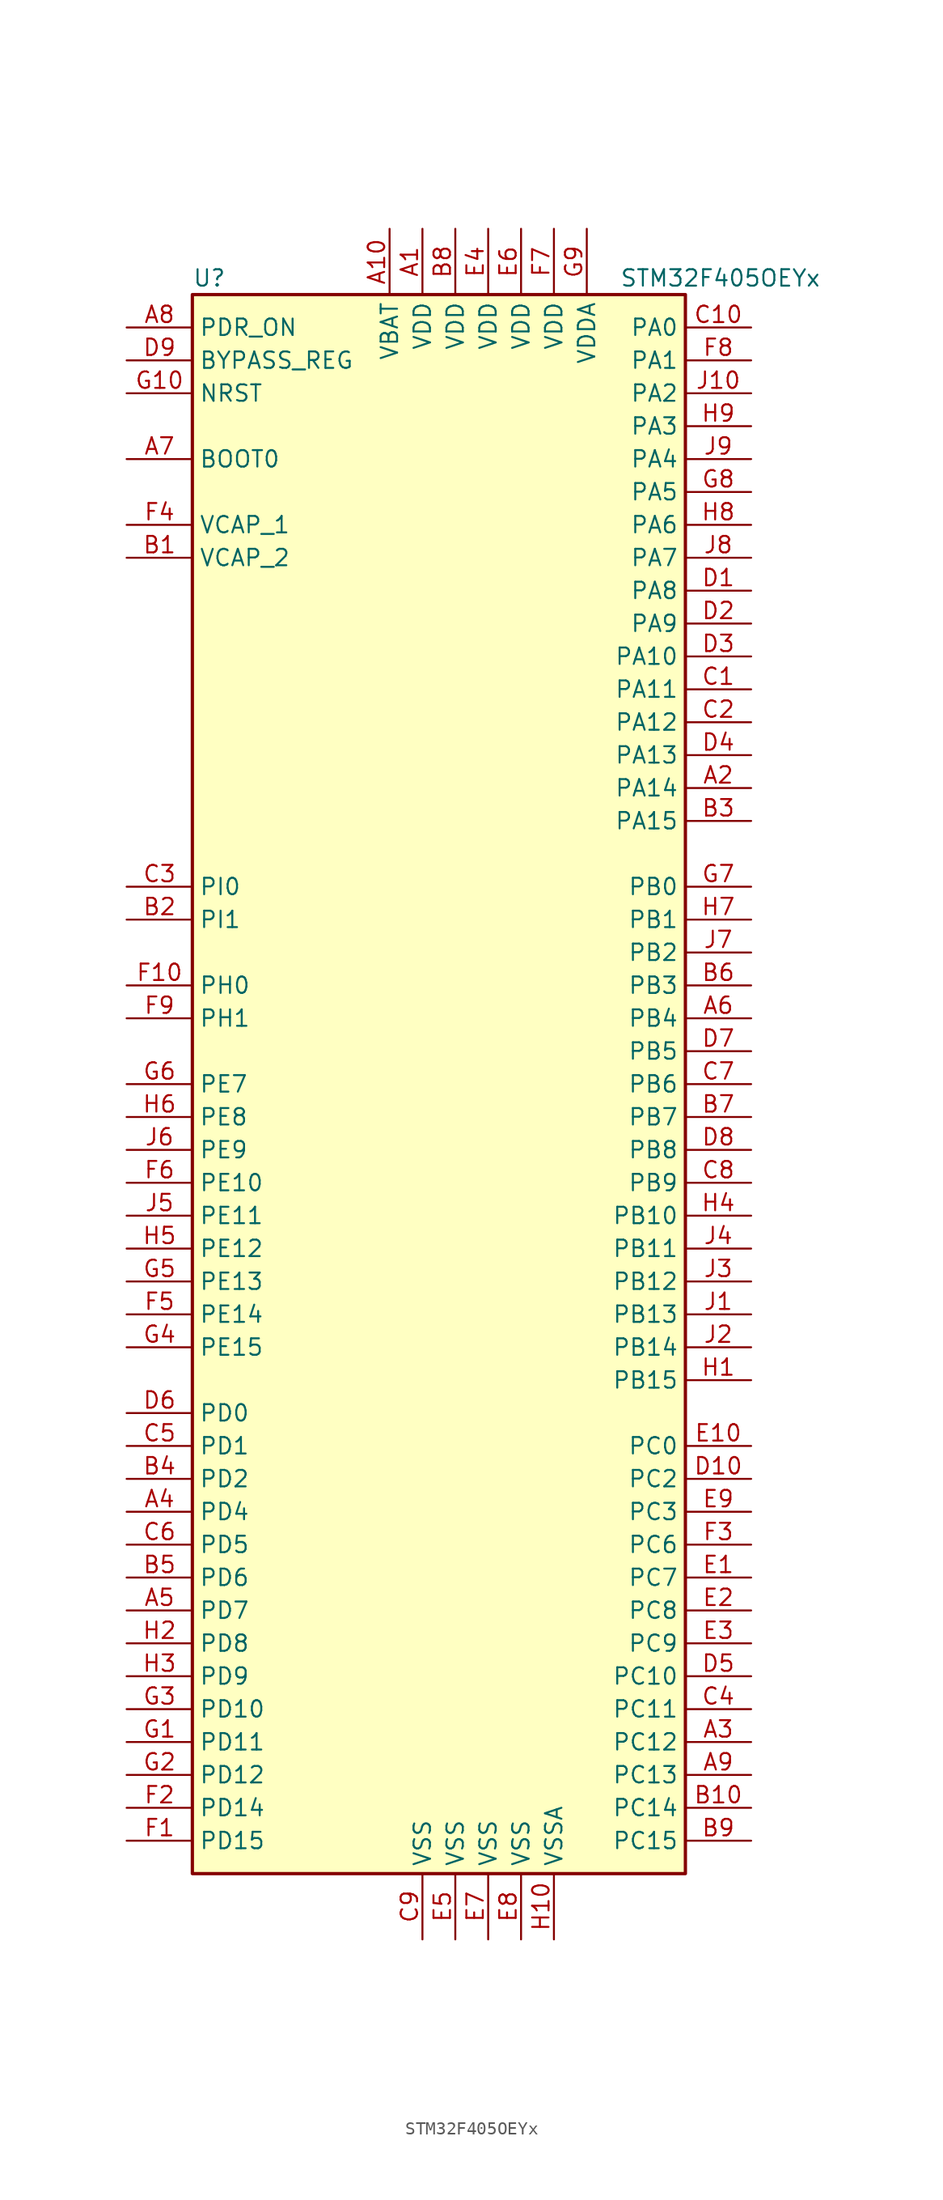
<source format=kicad_sym>
(kicad_symbol_lib
  (version 20201005)
  (generator kicad_symbol_editor)
  (symbol "STM32F405OEYx"
    (property "Reference" "U"
      (at -20.32 62.23 0)
      (effects (font (size 1.27 1.27)) (justify left)))
    (property "Value" "STM32F405OEYx"
      (at 12.7 62.23 0)
      (effects (font (size 1.27 1.27)) (justify left)))
    (symbol "STM32F405OEYx_0_1"
      (rectangle (start -20.32 -60.96) (end 17.78 60.96) (stroke (width 0.254)) (fill (type background))))
    (symbol "STM32F405OEYx_1_1"
      (pin power_in line (at -2.54 66.04 270) (length 5.08) (name "VDD" (effects (font (size 1.27 1.27)))) (number "A1" (effects (font (size 1.27 1.27)))))
      (pin power_in line (at -5.08 66.04 270) (length 5.08) (name "VBAT" (effects (font (size 1.27 1.27)))) (number "A10" (effects (font (size 1.27 1.27)))))
      (pin bidirectional line (at 22.86 22.86 180) (length 5.08) (name "PA14" (effects (font (size 1.27 1.27)))) (number "A2" (effects (font (size 1.27 1.27)))))
      (pin bidirectional line (at 22.86 -50.8 180) (length 5.08) (name "PC12" (effects (font (size 1.27 1.27)))) (number "A3" (effects (font (size 1.27 1.27)))))
      (pin bidirectional line (at -25.4 -33.02 0) (length 5.08) (name "PD4" (effects (font (size 1.27 1.27)))) (number "A4" (effects (font (size 1.27 1.27)))))
      (pin bidirectional line (at -25.4 -40.64 0) (length 5.08) (name "PD7" (effects (font (size 1.27 1.27)))) (number "A5" (effects (font (size 1.27 1.27)))))
      (pin bidirectional line (at 22.86 5.08 180) (length 5.08) (name "PB4" (effects (font (size 1.27 1.27)))) (number "A6" (effects (font (size 1.27 1.27)))))
      (pin input line (at -25.4 48.26 0) (length 5.08) (name "BOOT0" (effects (font (size 1.27 1.27)))) (number "A7" (effects (font (size 1.27 1.27)))))
      (pin input line (at -25.4 58.42 0) (length 5.08) (name "PDR_ON" (effects (font (size 1.27 1.27)))) (number "A8" (effects (font (size 1.27 1.27)))))
      (pin bidirectional line (at 22.86 -53.34 180) (length 5.08) (name "PC13" (effects (font (size 1.27 1.27)))) (number "A9" (effects (font (size 1.27 1.27)))))
      (pin power_in line (at -25.4 40.64 0) (length 5.08) (name "VCAP_2" (effects (font (size 1.27 1.27)))) (number "B1" (effects (font (size 1.27 1.27)))))
      (pin bidirectional line (at 22.86 -55.88 180) (length 5.08) (name "PC14" (effects (font (size 1.27 1.27)))) (number "B10" (effects (font (size 1.27 1.27)))))
      (pin bidirectional line (at -25.4 12.7 0) (length 5.08) (name "PI1" (effects (font (size 1.27 1.27)))) (number "B2" (effects (font (size 1.27 1.27)))))
      (pin bidirectional line (at 22.86 20.32 180) (length 5.08) (name "PA15" (effects (font (size 1.27 1.27)))) (number "B3" (effects (font (size 1.27 1.27)))))
      (pin bidirectional line (at -25.4 -30.48 0) (length 5.08) (name "PD2" (effects (font (size 1.27 1.27)))) (number "B4" (effects (font (size 1.27 1.27)))))
      (pin bidirectional line (at -25.4 -38.1 0) (length 5.08) (name "PD6" (effects (font (size 1.27 1.27)))) (number "B5" (effects (font (size 1.27 1.27)))))
      (pin bidirectional line (at 22.86 7.62 180) (length 5.08) (name "PB3" (effects (font (size 1.27 1.27)))) (number "B6" (effects (font (size 1.27 1.27)))))
      (pin bidirectional line (at 22.86 -2.54 180) (length 5.08) (name "PB7" (effects (font (size 1.27 1.27)))) (number "B7" (effects (font (size 1.27 1.27)))))
      (pin power_in line (at 0 66.04 270) (length 5.08) (name "VDD" (effects (font (size 1.27 1.27)))) (number "B8" (effects (font (size 1.27 1.27)))))
      (pin bidirectional line (at 22.86 -58.42 180) (length 5.08) (name "PC15" (effects (font (size 1.27 1.27)))) (number "B9" (effects (font (size 1.27 1.27)))))
      (pin bidirectional line (at 22.86 30.48 180) (length 5.08) (name "PA11" (effects (font (size 1.27 1.27)))) (number "C1" (effects (font (size 1.27 1.27)))))
      (pin bidirectional line (at 22.86 58.42 180) (length 5.08) (name "PA0" (effects (font (size 1.27 1.27)))) (number "C10" (effects (font (size 1.27 1.27)))))
      (pin bidirectional line (at 22.86 27.94 180) (length 5.08) (name "PA12" (effects (font (size 1.27 1.27)))) (number "C2" (effects (font (size 1.27 1.27)))))
      (pin bidirectional line (at -25.4 15.24 0) (length 5.08) (name "PI0" (effects (font (size 1.27 1.27)))) (number "C3" (effects (font (size 1.27 1.27)))))
      (pin bidirectional line (at 22.86 -48.26 180) (length 5.08) (name "PC11" (effects (font (size 1.27 1.27)))) (number "C4" (effects (font (size 1.27 1.27)))))
      (pin bidirectional line (at -25.4 -27.94 0) (length 5.08) (name "PD1" (effects (font (size 1.27 1.27)))) (number "C5" (effects (font (size 1.27 1.27)))))
      (pin bidirectional line (at -25.4 -35.56 0) (length 5.08) (name "PD5" (effects (font (size 1.27 1.27)))) (number "C6" (effects (font (size 1.27 1.27)))))
      (pin bidirectional line (at 22.86 0 180) (length 5.08) (name "PB6" (effects (font (size 1.27 1.27)))) (number "C7" (effects (font (size 1.27 1.27)))))
      (pin bidirectional line (at 22.86 -7.62 180) (length 5.08) (name "PB9" (effects (font (size 1.27 1.27)))) (number "C8" (effects (font (size 1.27 1.27)))))
      (pin power_in line (at -2.54 -66.04 90) (length 5.08) (name "VSS" (effects (font (size 1.27 1.27)))) (number "C9" (effects (font (size 1.27 1.27)))))
      (pin bidirectional line (at 22.86 38.1 180) (length 5.08) (name "PA8" (effects (font (size 1.27 1.27)))) (number "D1" (effects (font (size 1.27 1.27)))))
      (pin bidirectional line (at 22.86 -30.48 180) (length 5.08) (name "PC2" (effects (font (size 1.27 1.27)))) (number "D10" (effects (font (size 1.27 1.27)))))
      (pin bidirectional line (at 22.86 35.56 180) (length 5.08) (name "PA9" (effects (font (size 1.27 1.27)))) (number "D2" (effects (font (size 1.27 1.27)))))
      (pin bidirectional line (at 22.86 33.02 180) (length 5.08) (name "PA10" (effects (font (size 1.27 1.27)))) (number "D3" (effects (font (size 1.27 1.27)))))
      (pin bidirectional line (at 22.86 25.4 180) (length 5.08) (name "PA13" (effects (font (size 1.27 1.27)))) (number "D4" (effects (font (size 1.27 1.27)))))
      (pin bidirectional line (at 22.86 -45.72 180) (length 5.08) (name "PC10" (effects (font (size 1.27 1.27)))) (number "D5" (effects (font (size 1.27 1.27)))))
      (pin bidirectional line (at -25.4 -25.4 0) (length 5.08) (name "PD0" (effects (font (size 1.27 1.27)))) (number "D6" (effects (font (size 1.27 1.27)))))
      (pin bidirectional line (at 22.86 2.54 180) (length 5.08) (name "PB5" (effects (font (size 1.27 1.27)))) (number "D7" (effects (font (size 1.27 1.27)))))
      (pin bidirectional line (at 22.86 -5.08 180) (length 5.08) (name "PB8" (effects (font (size 1.27 1.27)))) (number "D8" (effects (font (size 1.27 1.27)))))
      (pin input line (at -25.4 55.88 0) (length 5.08) (name "BYPASS_REG" (effects (font (size 1.27 1.27)))) (number "D9" (effects (font (size 1.27 1.27)))))
      (pin bidirectional line (at 22.86 -38.1 180) (length 5.08) (name "PC7" (effects (font (size 1.27 1.27)))) (number "E1" (effects (font (size 1.27 1.27)))))
      (pin bidirectional line (at 22.86 -27.94 180) (length 5.08) (name "PC0" (effects (font (size 1.27 1.27)))) (number "E10" (effects (font (size 1.27 1.27)))))
      (pin bidirectional line (at 22.86 -40.64 180) (length 5.08) (name "PC8" (effects (font (size 1.27 1.27)))) (number "E2" (effects (font (size 1.27 1.27)))))
      (pin bidirectional line (at 22.86 -43.18 180) (length 5.08) (name "PC9" (effects (font (size 1.27 1.27)))) (number "E3" (effects (font (size 1.27 1.27)))))
      (pin power_in line (at 2.54 66.04 270) (length 5.08) (name "VDD" (effects (font (size 1.27 1.27)))) (number "E4" (effects (font (size 1.27 1.27)))))
      (pin power_in line (at 0 -66.04 90) (length 5.08) (name "VSS" (effects (font (size 1.27 1.27)))) (number "E5" (effects (font (size 1.27 1.27)))))
      (pin power_in line (at 5.08 66.04 270) (length 5.08) (name "VDD" (effects (font (size 1.27 1.27)))) (number "E6" (effects (font (size 1.27 1.27)))))
      (pin power_in line (at 2.54 -66.04 90) (length 5.08) (name "VSS" (effects (font (size 1.27 1.27)))) (number "E7" (effects (font (size 1.27 1.27)))))
      (pin power_in line (at 5.08 -66.04 90) (length 5.08) (name "VSS" (effects (font (size 1.27 1.27)))) (number "E8" (effects (font (size 1.27 1.27)))))
      (pin bidirectional line (at 22.86 -33.02 180) (length 5.08) (name "PC3" (effects (font (size 1.27 1.27)))) (number "E9" (effects (font (size 1.27 1.27)))))
      (pin bidirectional line (at -25.4 -58.42 0) (length 5.08) (name "PD15" (effects (font (size 1.27 1.27)))) (number "F1" (effects (font (size 1.27 1.27)))))
      (pin input line (at -25.4 7.62 0) (length 5.08) (name "PH0" (effects (font (size 1.27 1.27)))) (number "F10" (effects (font (size 1.27 1.27)))))
      (pin bidirectional line (at -25.4 -55.88 0) (length 5.08) (name "PD14" (effects (font (size 1.27 1.27)))) (number "F2" (effects (font (size 1.27 1.27)))))
      (pin bidirectional line (at 22.86 -35.56 180) (length 5.08) (name "PC6" (effects (font (size 1.27 1.27)))) (number "F3" (effects (font (size 1.27 1.27)))))
      (pin power_in line (at -25.4 43.18 0) (length 5.08) (name "VCAP_1" (effects (font (size 1.27 1.27)))) (number "F4" (effects (font (size 1.27 1.27)))))
      (pin bidirectional line (at -25.4 -17.78 0) (length 5.08) (name "PE14" (effects (font (size 1.27 1.27)))) (number "F5" (effects (font (size 1.27 1.27)))))
      (pin bidirectional line (at -25.4 -7.62 0) (length 5.08) (name "PE10" (effects (font (size 1.27 1.27)))) (number "F6" (effects (font (size 1.27 1.27)))))
      (pin power_in line (at 7.62 66.04 270) (length 5.08) (name "VDD" (effects (font (size 1.27 1.27)))) (number "F7" (effects (font (size 1.27 1.27)))))
      (pin bidirectional line (at 22.86 55.88 180) (length 5.08) (name "PA1" (effects (font (size 1.27 1.27)))) (number "F8" (effects (font (size 1.27 1.27)))))
      (pin input line (at -25.4 5.08 0) (length 5.08) (name "PH1" (effects (font (size 1.27 1.27)))) (number "F9" (effects (font (size 1.27 1.27)))))
      (pin bidirectional line (at -25.4 -50.8 0) (length 5.08) (name "PD11" (effects (font (size 1.27 1.27)))) (number "G1" (effects (font (size 1.27 1.27)))))
      (pin input line (at -25.4 53.34 0) (length 5.08) (name "NRST" (effects (font (size 1.27 1.27)))) (number "G10" (effects (font (size 1.27 1.27)))))
      (pin bidirectional line (at -25.4 -53.34 0) (length 5.08) (name "PD12" (effects (font (size 1.27 1.27)))) (number "G2" (effects (font (size 1.27 1.27)))))
      (pin bidirectional line (at -25.4 -48.26 0) (length 5.08) (name "PD10" (effects (font (size 1.27 1.27)))) (number "G3" (effects (font (size 1.27 1.27)))))
      (pin bidirectional line (at -25.4 -20.32 0) (length 5.08) (name "PE15" (effects (font (size 1.27 1.27)))) (number "G4" (effects (font (size 1.27 1.27)))))
      (pin bidirectional line (at -25.4 -15.24 0) (length 5.08) (name "PE13" (effects (font (size 1.27 1.27)))) (number "G5" (effects (font (size 1.27 1.27)))))
      (pin bidirectional line (at -25.4 0 0) (length 5.08) (name "PE7" (effects (font (size 1.27 1.27)))) (number "G6" (effects (font (size 1.27 1.27)))))
      (pin bidirectional line (at 22.86 15.24 180) (length 5.08) (name "PB0" (effects (font (size 1.27 1.27)))) (number "G7" (effects (font (size 1.27 1.27)))))
      (pin bidirectional line (at 22.86 45.72 180) (length 5.08) (name "PA5" (effects (font (size 1.27 1.27)))) (number "G8" (effects (font (size 1.27 1.27)))))
      (pin power_in line (at 10.16 66.04 270) (length 5.08) (name "VDDA" (effects (font (size 1.27 1.27)))) (number "G9" (effects (font (size 1.27 1.27)))))
      (pin bidirectional line (at 22.86 -22.86 180) (length 5.08) (name "PB15" (effects (font (size 1.27 1.27)))) (number "H1" (effects (font (size 1.27 1.27)))))
      (pin power_in line (at 7.62 -66.04 90) (length 5.08) (name "VSSA" (effects (font (size 1.27 1.27)))) (number "H10" (effects (font (size 1.27 1.27)))))
      (pin bidirectional line (at -25.4 -43.18 0) (length 5.08) (name "PD8" (effects (font (size 1.27 1.27)))) (number "H2" (effects (font (size 1.27 1.27)))))
      (pin bidirectional line (at -25.4 -45.72 0) (length 5.08) (name "PD9" (effects (font (size 1.27 1.27)))) (number "H3" (effects (font (size 1.27 1.27)))))
      (pin bidirectional line (at 22.86 -10.16 180) (length 5.08) (name "PB10" (effects (font (size 1.27 1.27)))) (number "H4" (effects (font (size 1.27 1.27)))))
      (pin bidirectional line (at -25.4 -12.7 0) (length 5.08) (name "PE12" (effects (font (size 1.27 1.27)))) (number "H5" (effects (font (size 1.27 1.27)))))
      (pin bidirectional line (at -25.4 -2.54 0) (length 5.08) (name "PE8" (effects (font (size 1.27 1.27)))) (number "H6" (effects (font (size 1.27 1.27)))))
      (pin bidirectional line (at 22.86 12.7 180) (length 5.08) (name "PB1" (effects (font (size 1.27 1.27)))) (number "H7" (effects (font (size 1.27 1.27)))))
      (pin bidirectional line (at 22.86 43.18 180) (length 5.08) (name "PA6" (effects (font (size 1.27 1.27)))) (number "H8" (effects (font (size 1.27 1.27)))))
      (pin bidirectional line (at 22.86 50.8 180) (length 5.08) (name "PA3" (effects (font (size 1.27 1.27)))) (number "H9" (effects (font (size 1.27 1.27)))))
      (pin bidirectional line (at 22.86 -17.78 180) (length 5.08) (name "PB13" (effects (font (size 1.27 1.27)))) (number "J1" (effects (font (size 1.27 1.27)))))
      (pin bidirectional line (at 22.86 53.34 180) (length 5.08) (name "PA2" (effects (font (size 1.27 1.27)))) (number "J10" (effects (font (size 1.27 1.27)))))
      (pin bidirectional line (at 22.86 -20.32 180) (length 5.08) (name "PB14" (effects (font (size 1.27 1.27)))) (number "J2" (effects (font (size 1.27 1.27)))))
      (pin bidirectional line (at 22.86 -15.24 180) (length 5.08) (name "PB12" (effects (font (size 1.27 1.27)))) (number "J3" (effects (font (size 1.27 1.27)))))
      (pin bidirectional line (at 22.86 -12.7 180) (length 5.08) (name "PB11" (effects (font (size 1.27 1.27)))) (number "J4" (effects (font (size 1.27 1.27)))))
      (pin bidirectional line (at -25.4 -10.16 0) (length 5.08) (name "PE11" (effects (font (size 1.27 1.27)))) (number "J5" (effects (font (size 1.27 1.27)))))
      (pin bidirectional line (at -25.4 -5.08 0) (length 5.08) (name "PE9" (effects (font (size 1.27 1.27)))) (number "J6" (effects (font (size 1.27 1.27)))))
      (pin bidirectional line (at 22.86 10.16 180) (length 5.08) (name "PB2" (effects (font (size 1.27 1.27)))) (number "J7" (effects (font (size 1.27 1.27)))))
      (pin bidirectional line (at 22.86 40.64 180) (length 5.08) (name "PA7" (effects (font (size 1.27 1.27)))) (number "J8" (effects (font (size 1.27 1.27)))))
      (pin bidirectional line (at 22.86 48.26 180) (length 5.08) (name "PA4" (effects (font (size 1.27 1.27)))) (number "J9" (effects (font (size 1.27 1.27))))))))
</source>
